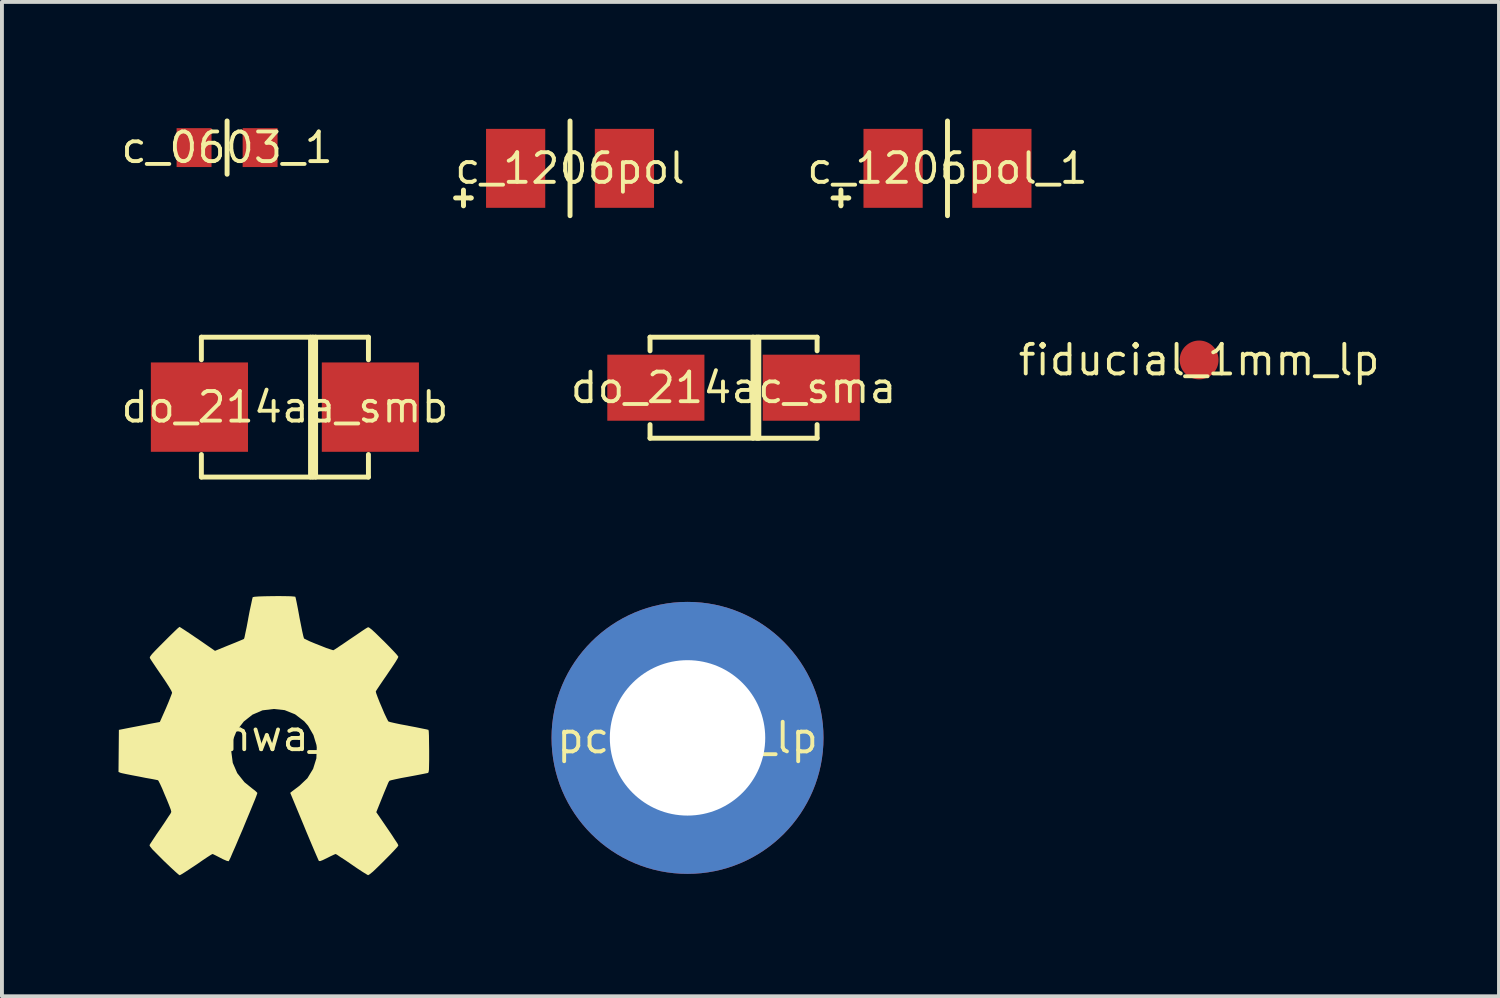
<source format=kicad_pcb>
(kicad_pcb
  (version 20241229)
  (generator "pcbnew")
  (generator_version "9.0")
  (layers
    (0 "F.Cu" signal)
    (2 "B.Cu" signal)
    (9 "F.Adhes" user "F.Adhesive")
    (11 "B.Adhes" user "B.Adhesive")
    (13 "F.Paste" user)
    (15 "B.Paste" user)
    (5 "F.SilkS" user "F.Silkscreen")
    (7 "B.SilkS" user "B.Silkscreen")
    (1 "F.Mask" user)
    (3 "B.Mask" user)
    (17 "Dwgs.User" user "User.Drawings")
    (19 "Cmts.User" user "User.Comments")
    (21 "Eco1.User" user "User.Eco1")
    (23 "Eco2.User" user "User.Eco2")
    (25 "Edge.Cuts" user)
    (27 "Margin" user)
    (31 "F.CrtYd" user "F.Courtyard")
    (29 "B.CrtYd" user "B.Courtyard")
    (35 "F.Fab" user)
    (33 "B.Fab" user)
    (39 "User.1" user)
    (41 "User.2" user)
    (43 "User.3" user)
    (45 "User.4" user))
  (footprint "oshwa_lp"
    (layer "F.Cu")
    (at 3.998 15.886)
    (property "Reference" "oshwa_lp" (at 0 0 0) (layer "F.SilkS") (effects (font (size 0.762 0.762) (thickness 0.1))))
    (attr through_hole)
    (fp_poly (pts (xy -2.423 3.592) (xy -2.383 3.571) (xy -2.289 3.513) (xy -2.154 3.424) (xy -1.996 3.32) (xy -1.839 3.211) (xy -1.709 3.124) (xy -1.618 3.066) (xy -1.58 3.045) (xy -1.56 3.051) (xy -1.483 3.089) (xy -1.374 3.145) (xy -1.311 3.178) (xy -1.212 3.221) (xy -1.161 3.231) (xy -1.153 3.216) (xy -1.115 3.139) (xy -1.059 3.007) (xy -0.983 2.835) (xy -0.897 2.631) (xy -0.803 2.413) (xy -0.711 2.189) (xy -0.622 1.976) (xy -0.544 1.786) (xy -0.48 1.631) (xy -0.439 1.521) (xy -0.424 1.476) (xy -0.429 1.466) (xy -0.48 1.417) (xy -0.566 1.351) (xy -0.757 1.196) (xy -0.942 0.963) (xy -1.057 0.699) (xy -1.095 0.404) (xy -1.062 0.132) (xy -0.955 -0.13) (xy -0.772 -0.366) (xy -0.551 -0.541) (xy -0.292 -0.653) (xy 0 -0.688) (xy 0.279 -0.658) (xy 0.546 -0.551) (xy 0.782 -0.371) (xy 0.881 -0.257) (xy 1.019 -0.018) (xy 1.097 0.239) (xy 1.105 0.302) (xy 1.095 0.584) (xy 1.011 0.853) (xy 0.864 1.095) (xy 0.658 1.29) (xy 0.63 1.311) (xy 0.536 1.382) (xy 0.472 1.43) (xy 0.422 1.471) (xy 0.78 2.332) (xy 0.836 2.469) (xy 0.935 2.705) (xy 1.021 2.908) (xy 1.09 3.068) (xy 1.138 3.178) (xy 1.158 3.221) (xy 1.161 3.223) (xy 1.191 3.228) (xy 1.257 3.203) (xy 1.377 3.145) (xy 1.458 3.104) (xy 1.549 3.061) (xy 1.59 3.045) (xy 1.626 3.063) (xy 1.712 3.122) (xy 1.841 3.205) (xy 1.994 3.31) (xy 2.141 3.411) (xy 2.276 3.5) (xy 2.375 3.561) (xy 2.423 3.589) (xy 2.431 3.589) (xy 2.471 3.564) (xy 2.55 3.5) (xy 2.667 3.388) (xy 2.832 3.226) (xy 2.857 3.2) (xy 2.995 3.061) (xy 3.106 2.944) (xy 3.18 2.863) (xy 3.205 2.824) (xy 3.183 2.776) (xy 3.119 2.68) (xy 3.03 2.543) (xy 2.921 2.383) (xy 2.637 1.968) (xy 2.794 1.577) (xy 2.842 1.458) (xy 2.903 1.313) (xy 2.946 1.209) (xy 2.972 1.163) (xy 3.012 1.148) (xy 3.122 1.123) (xy 3.277 1.09) (xy 3.459 1.057) (xy 3.637 1.024) (xy 3.797 0.993) (xy 3.912 0.97) (xy 3.962 0.96) (xy 3.975 0.953) (xy 3.985 0.927) (xy 3.993 0.874) (xy 3.995 0.777) (xy 3.998 0.625) (xy 3.998 0.404) (xy 3.998 0.381) (xy 3.995 0.17) (xy 3.993 0.003) (xy 3.988 -0.107) (xy 3.98 -0.15) (xy 3.929 -0.163) (xy 3.818 -0.185) (xy 3.658 -0.218) (xy 3.467 -0.254) (xy 3.457 -0.257) (xy 3.266 -0.292) (xy 3.109 -0.325) (xy 2.997 -0.351) (xy 2.951 -0.366) (xy 2.941 -0.378) (xy 2.903 -0.452) (xy 2.847 -0.569) (xy 2.786 -0.714) (xy 2.723 -0.861) (xy 2.67 -0.996) (xy 2.634 -1.095) (xy 2.624 -1.14) (xy 2.652 -1.186) (xy 2.718 -1.285) (xy 2.809 -1.42) (xy 2.921 -1.582) (xy 2.929 -1.595) (xy 3.038 -1.755) (xy 3.127 -1.89) (xy 3.185 -1.986) (xy 3.205 -2.029) (xy 3.205 -2.032) (xy 3.17 -2.08) (xy 3.089 -2.169) (xy 2.972 -2.291) (xy 2.832 -2.433) (xy 2.786 -2.477) (xy 2.631 -2.629) (xy 2.525 -2.728) (xy 2.456 -2.781) (xy 2.423 -2.794) (xy 2.423 -2.791) (xy 2.375 -2.764) (xy 2.273 -2.697) (xy 2.136 -2.603) (xy 1.974 -2.494) (xy 1.963 -2.487) (xy 1.803 -2.377) (xy 1.671 -2.289) (xy 1.575 -2.225) (xy 1.534 -2.2) (xy 1.527 -2.2) (xy 1.463 -2.22) (xy 1.349 -2.258) (xy 1.209 -2.314) (xy 1.062 -2.372) (xy 0.927 -2.428) (xy 0.826 -2.477) (xy 0.777 -2.502) (xy 0.777 -2.504) (xy 0.759 -2.563) (xy 0.732 -2.682) (xy 0.699 -2.847) (xy 0.66 -3.043) (xy 0.655 -3.073) (xy 0.62 -3.264) (xy 0.589 -3.421) (xy 0.566 -3.531) (xy 0.554 -3.576) (xy 0.528 -3.581) (xy 0.434 -3.589) (xy 0.292 -3.592) (xy 0.119 -3.594) (xy -0.061 -3.592) (xy -0.236 -3.589) (xy -0.389 -3.584) (xy -0.495 -3.576) (xy -0.541 -3.566) (xy -0.544 -3.564) (xy -0.559 -3.505) (xy -0.584 -3.386) (xy -0.62 -3.221) (xy -0.658 -3.023) (xy -0.663 -2.99) (xy -0.699 -2.799) (xy -0.732 -2.644) (xy -0.754 -2.535) (xy -0.767 -2.494) (xy -0.782 -2.484) (xy -0.861 -2.451) (xy -0.988 -2.398) (xy -1.148 -2.334) (xy -1.514 -2.184) (xy -1.961 -2.494) (xy -2.004 -2.522) (xy -2.164 -2.631) (xy -2.299 -2.72) (xy -2.39 -2.779) (xy -2.428 -2.802) (xy -2.431 -2.799) (xy -2.477 -2.761) (xy -2.565 -2.677) (xy -2.687 -2.558) (xy -2.827 -2.418) (xy -2.931 -2.314) (xy -3.056 -2.187) (xy -3.134 -2.103) (xy -3.178 -2.047) (xy -3.193 -2.014) (xy -3.188 -1.994) (xy -3.16 -1.948) (xy -3.094 -1.849) (xy -3.002 -1.712) (xy -2.893 -1.554) (xy -2.802 -1.42) (xy -2.705 -1.27) (xy -2.642 -1.163) (xy -2.619 -1.11) (xy -2.624 -1.087) (xy -2.657 -1.001) (xy -2.71 -0.866) (xy -2.776 -0.709) (xy -2.934 -0.353) (xy -3.167 -0.31) (xy -3.307 -0.282) (xy -3.505 -0.244) (xy -3.693 -0.208) (xy -3.988 -0.15) (xy -3.998 0.932) (xy -3.952 0.953) (xy -3.909 0.965) (xy -3.8 0.988) (xy -3.645 1.019) (xy -3.459 1.054) (xy -3.305 1.085) (xy -3.145 1.113) (xy -3.033 1.135) (xy -2.982 1.146) (xy -2.969 1.163) (xy -2.929 1.24) (xy -2.873 1.361) (xy -2.812 1.509) (xy -2.748 1.659) (xy -2.692 1.798) (xy -2.652 1.905) (xy -2.639 1.961) (xy -2.659 2.004) (xy -2.72 2.095) (xy -2.807 2.228) (xy -2.913 2.385) (xy -3.023 2.543) (xy -3.111 2.677) (xy -3.175 2.774) (xy -3.2 2.817) (xy -3.188 2.847) (xy -3.127 2.924) (xy -3.007 3.045) (xy -2.832 3.221) (xy -2.802 3.249) (xy -2.662 3.383) (xy -2.543 3.493) (xy -2.461 3.566) (xy -2.423 3.592)) (stroke (width 0) (type solid)) (fill yes) (layer "F.SilkS")))
  (footprint "c_1206pol_1"
    (layer "F.Cu")
    (at 21.337 1.283)
    (property "Reference" "c_1206pol_1" (at 0 0 0) (layer "F.SilkS") (effects (font (size 0.762 0.762) (thickness 0.1))))
    (attr through_hole)
    (fp_poly (pts (xy -2.312 1.166) (xy -0.488 1.166) (xy -0.488 -1.166) (xy -2.312 -1.166)) (stroke (width 0) (type solid)) (fill yes) (layer "F.Mask"))
    (fp_poly (pts (xy 0.488 1.166) (xy 2.312 1.166) (xy 2.312 -1.166) (xy 0.488 -1.166)) (stroke (width 0) (type solid)) (fill yes) (layer "F.Mask"))
    (fp_line (start -2.946 0.762) (end -2.565 0.762) (stroke (width 0.127) (type solid)) (layer "F.SilkS"))
    (fp_line (start -2.743 0.559) (end -2.743 0.94) (stroke (width 0.127) (type solid)) (layer "F.SilkS"))
    (fp_line (start -2.743 0.94) (end -2.743 0.965) (stroke (width 0.127) (type solid)) (layer "F.SilkS"))
    (fp_line (start -2.565 0.762) (end -2.54 0.762) (stroke (width 0.127) (type solid)) (layer "F.SilkS"))
    (fp_line (start 0 1.219) (end 0 -1.219) (stroke (width 0.127) (type solid)) (layer "F.SilkS"))
    (pad "1" smd rect (at -1.4 0) (size 1.524 2.032) (layers "F.Cu" "F.Paste"))
    (pad "2" smd rect (at 1.4 0) (size 1.524 2.032) (layers "F.Cu" "F.Paste")))
  (footprint "fiducial_1mm_lp"
    (layer "F.Cu")
    (at 27.814 6.215)
    (property "Reference" "fiducial_1mm_lp" (at 0 0 0) (layer "F.SilkS") (effects (font (size 0.762 0.762) (thickness 0.1))))
    (attr through_hole)
    (fp_poly (pts (xy 0.65 0) (xy 0.638 -0.127) (xy 0.601 -0.249) (xy 0.54 -0.361) (xy 0.46 -0.46) (xy 0.361 -0.54) (xy 0.249 -0.601) (xy 0.127 -0.638) (xy 0 -0.65) (xy -0.127 -0.638) (xy -0.249 -0.601) (xy -0.361 -0.54) (xy -0.46 -0.46) (xy -0.54 -0.361) (xy -0.601 -0.249) (xy -0.638 -0.127) (xy -0.65 0) (xy -0.638 0.127) (xy -0.601 0.249) (xy -0.54 0.361) (xy -0.46 0.46) (xy -0.361 0.54) (xy -0.249 0.601) (xy -0.127 0.638) (xy 0 0.65) (xy 0.127 0.638) (xy 0.249 0.601) (xy 0.361 0.54) (xy 0.46 0.46) (xy 0.54 0.361) (xy 0.601 0.249) (xy 0.638 0.127)) (stroke (width 0) (type solid)) (fill yes) (layer "F.Mask"))
    (pad "1" smd circle (at 0 0) (size 1 1) (layers "F.Cu" "F.Paste")))
  (footprint "c_1206pol"
    (layer "F.Cu")
    (at 11.622 1.283)
    (property "Reference" "c_1206pol" (at 0 0 0) (layer "F.SilkS") (effects (font (size 0.762 0.762) (thickness 0.1))))
    (attr through_hole)
    (fp_poly (pts (xy -2.312 1.166) (xy -0.488 1.166) (xy -0.488 -1.166) (xy -2.312 -1.166)) (stroke (width 0) (type solid)) (fill yes) (layer "F.Mask"))
    (fp_poly (pts (xy 0.488 1.166) (xy 2.312 1.166) (xy 2.312 -1.166) (xy 0.488 -1.166)) (stroke (width 0) (type solid)) (fill yes) (layer "F.Mask"))
    (fp_line (start -2.946 0.762) (end -2.565 0.762) (stroke (width 0.127) (type solid)) (layer "F.SilkS"))
    (fp_line (start -2.743 0.559) (end -2.743 0.94) (stroke (width 0.127) (type solid)) (layer "F.SilkS"))
    (fp_line (start -2.743 0.94) (end -2.743 0.965) (stroke (width 0.127) (type solid)) (layer "F.SilkS"))
    (fp_line (start -2.565 0.762) (end -2.54 0.762) (stroke (width 0.127) (type solid)) (layer "F.SilkS"))
    (fp_line (start 0 1.219) (end 0 -1.219) (stroke (width 0.127) (type solid)) (layer "F.SilkS"))
    (pad "1" smd rect (at -1.4 0) (size 1.524 2.032) (layers "F.Cu" "F.Paste"))
    (pad "2" smd rect (at 1.4 0) (size 1.524 2.032) (layers "F.Cu" "F.Paste")))
  (footprint "do_214ac_sma"
    (layer "F.Cu")
    (at 15.831 6.929)
    (property "Reference" "do_214ac_sma" (at 0 0 0) (layer "F.SilkS") (effects (font (size 0.762 0.762) (thickness 0.1))))
    (attr through_hole)
    (fp_poly (pts (xy -3.4 1) (xy -0.6 1) (xy -0.6 -1) (xy -3.4 -1)) (stroke (width 0) (type solid)) (fill yes) (layer "F.Mask"))
    (fp_poly (pts (xy 0.6 1) (xy 3.4 1) (xy 3.4 -1) (xy 0.6 -1)) (stroke (width 0) (type solid)) (fill yes) (layer "F.Mask"))
    (fp_line (start -2.15 -1.3) (end -2.15 -0.95) (stroke (width 0.127) (type solid)) (layer "F.SilkS"))
    (fp_line (start -2.15 -1.3) (end 2.15 -1.3) (stroke (width 0.127) (type solid)) (layer "F.SilkS"))
    (fp_line (start -2.15 1.3) (end -2.15 0.95) (stroke (width 0.127) (type solid)) (layer "F.SilkS"))
    (fp_line (start 0.5 1.3) (end 0.5 -1.3) (stroke (width 0.127) (type solid)) (layer "F.SilkS"))
    (fp_line (start 0.6 -1.3) (end 0.6 1.3) (stroke (width 0.127) (type solid)) (layer "F.SilkS"))
    (fp_line (start 0.65 -1.3) (end 0.65 1.3) (stroke (width 0.127) (type solid)) (layer "F.SilkS"))
    (fp_line (start 2.15 -1.3) (end 2.15 -0.95) (stroke (width 0.127) (type solid)) (layer "F.SilkS"))
    (fp_line (start 2.15 1.3) (end -2.15 1.3) (stroke (width 0.127) (type solid)) (layer "F.SilkS"))
    (fp_line (start 2.15 1.3) (end 2.15 0.95) (stroke (width 0.127) (type solid)) (layer "F.SilkS"))
    (pad "1" smd rect (at -2 0) (size 2.5 1.7) (layers "F.Cu" "F.Paste"))
    (pad "2" smd rect (at 2 0) (size 2.5 1.7) (layers "F.Cu" "F.Paste")))
  (footprint "c_0603_1"
    (layer "F.Cu")
    (at 2.795 0.749)
    (property "Reference" "c_0603_1" (at 0 0 0) (layer "F.SilkS") (effects (font (size 0.762 0.762) (thickness 0.1))))
    (attr through_hole)
    (fp_poly (pts (xy -1.45 0.65) (xy -0.25 0.65) (xy -0.25 -0.65) (xy -1.45 -0.65)) (stroke (width 0) (type solid)) (fill yes) (layer "F.Mask"))
    (fp_poly (pts (xy 0.25 0.65) (xy 1.45 0.65) (xy 1.45 -0.65) (xy 0.25 -0.65)) (stroke (width 0) (type solid)) (fill yes) (layer "F.Mask"))
    (fp_line (start 0 -0.686) (end 0 0.686) (stroke (width 0.127) (type solid)) (layer "F.SilkS"))
    (pad "1" smd rect (at 0.85 0) (size 0.899 1.001) (layers "F.Cu" "F.Paste"))
    (pad "2" smd rect (at -0.85 0) (size 0.899 1.001) (layers "F.Cu" "F.Paste")))
  (footprint "pcb_hole_lp"
    (layer "F.Cu")
    (at 14.646 15.942)
    (property "Reference" "pcb_hole_lp" (at 0 0 0) (layer "F.SilkS") (effects (font (size 0.762 0.762) (thickness 0.1))))
    (attr through_hole)
    (fp_poly (pts (xy 3.65 0) (xy 3.58 -0.712) (xy 3.372 -1.397) (xy 3.035 -2.028) (xy 2.581 -2.581) (xy 2.028 -3.035) (xy 1.397 -3.372) (xy 0.712 -3.58) (xy 0 -3.65) (xy -0.712 -3.58) (xy -1.397 -3.372) (xy -2.028 -3.035) (xy -2.581 -2.581) (xy -3.035 -2.028) (xy -3.372 -1.397) (xy -3.58 -0.712) (xy -3.65 0) (xy -3.58 0.712) (xy -3.372 1.397) (xy -3.035 2.028) (xy -2.581 2.581) (xy -2.028 3.035) (xy -1.397 3.372) (xy -0.712 3.58) (xy 0 3.65) (xy 0.712 3.58) (xy 1.397 3.372) (xy 2.028 3.035) (xy 2.581 2.581) (xy 3.035 2.028) (xy 3.372 1.397) (xy 3.58 0.712)) (stroke (width 0) (type solid)) (fill yes) (layer "F.Mask"))
    (fp_poly (pts (xy 3.65 0) (xy 3.58 -0.712) (xy 3.372 -1.397) (xy 3.035 -2.028) (xy 2.581 -2.581) (xy 2.028 -3.035) (xy 1.397 -3.372) (xy 0.712 -3.58) (xy 0 -3.65) (xy -0.712 -3.58) (xy -1.397 -3.372) (xy -2.028 -3.035) (xy -2.581 -2.581) (xy -3.035 -2.028) (xy -3.372 -1.397) (xy -3.58 -0.712) (xy -3.65 0) (xy -3.58 0.712) (xy -3.372 1.397) (xy -3.035 2.028) (xy -2.581 2.581) (xy -2.028 3.035) (xy -1.397 3.372) (xy -0.712 3.58) (xy 0 3.65) (xy 0.712 3.58) (xy 1.397 3.372) (xy 2.028 3.035) (xy 2.581 2.581) (xy 3.035 2.028) (xy 3.372 1.397) (xy 3.58 0.712)) (stroke (width 0) (type solid)) (fill yes) (layer "B.Mask"))
    (pad "1" thru_hole circle (at 0 0) (size 7 7) (drill 4) (layers "*.Cu")))
  (footprint "do_214aa_smb"
    (layer "F.Cu")
    (at 4.283 7.429)
    (property "Reference" "do_214aa_smb" (at 0 0 0) (layer "F.SilkS") (effects (font (size 0.762 0.762) (thickness 0.1))))
    (attr through_hole)
    (fp_poly (pts (xy -3.6 1.3) (xy -0.8 1.3) (xy -0.8 -1.3) (xy -3.6 -1.3)) (stroke (width 0) (type solid)) (fill yes) (layer "F.Mask"))
    (fp_poly (pts (xy 0.8 1.3) (xy 3.6 1.3) (xy 3.6 -1.3) (xy 0.8 -1.3)) (stroke (width 0) (type solid)) (fill yes) (layer "F.Mask"))
    (fp_line (start -2.15 -1.8) (end -2.15 -1.22) (stroke (width 0.127) (type solid)) (layer "F.SilkS"))
    (fp_line (start -2.15 -1.8) (end 2.15 -1.8) (stroke (width 0.127) (type solid)) (layer "F.SilkS"))
    (fp_line (start -2.15 1.8) (end -2.15 1.22) (stroke (width 0.127) (type solid)) (layer "F.SilkS"))
    (fp_line (start -2.15 1.8) (end 2.15 1.8) (stroke (width 0.127) (type solid)) (layer "F.SilkS"))
    (fp_line (start 0.66 -1.8) (end 0.66 1.8) (stroke (width 0.127) (type solid)) (layer "F.SilkS"))
    (fp_line (start 0.72 1.8) (end 0.72 -1.8) (stroke (width 0.127) (type solid)) (layer "F.SilkS"))
    (fp_line (start 0.79 -1.8) (end 0.79 1.8) (stroke (width 0.127) (type solid)) (layer "F.SilkS"))
    (fp_line (start 2.15 -1.8) (end 2.15 -1.22) (stroke (width 0.127) (type solid)) (layer "F.SilkS"))
    (fp_line (start 2.15 1.8) (end 2.15 1.22) (stroke (width 0.127) (type solid)) (layer "F.SilkS"))
    (pad "1" smd rect (at -2.2 0) (size 2.5 2.3) (layers "F.Cu" "F.Paste"))
    (pad "2" smd rect (at 2.2 0) (size 2.5 2.3) (layers "F.Cu" "F.Paste")))
  (gr_rect
    (start -3 -3)
    (end 35.532 22.592)
    (stroke (width 0.1) (type default))
    (fill no)
    (layer "Edge.Cuts")))
</source>
